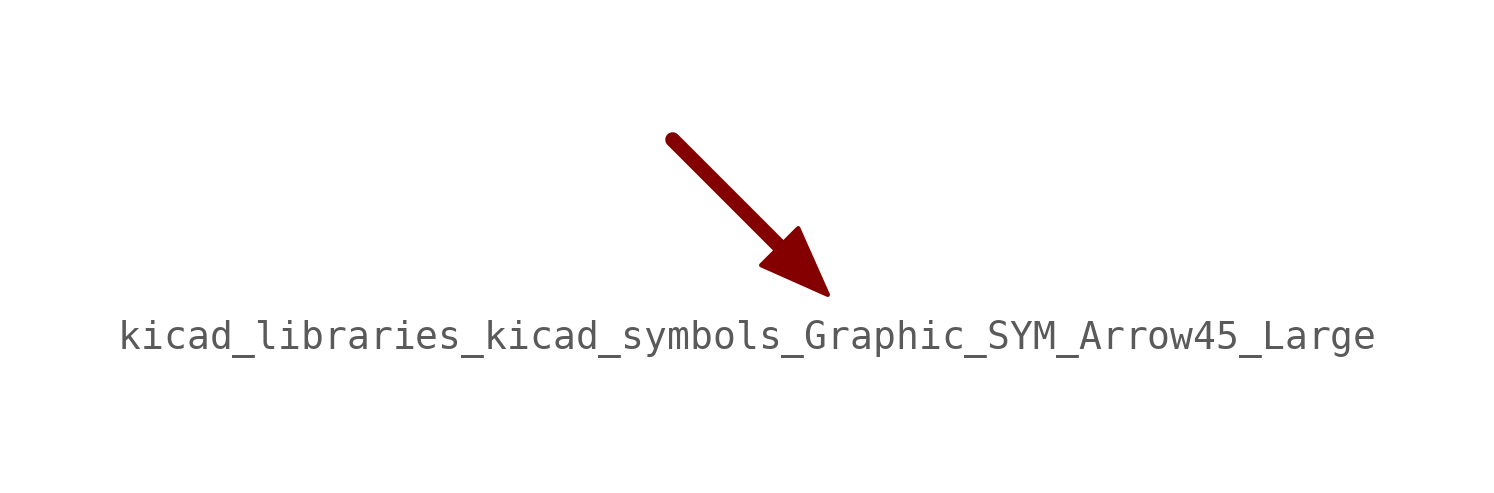
<source format=kicad_sym>
(kicad_symbol_lib
  (version 20220914)
  (generator kicad_symbol_editor)
  (symbol "kicad_libraries_kicad_symbols_Graphic_SYM_Arrow45_Large"
    (property "Reference" "#SYM"
      (at 0 4.064 0)
      (effects (font (size 1.27 1.27)) hide))
    (symbol "kicad_libraries_kicad_symbols_Graphic_SYM_Arrow45_Large_0_1"
      (polyline (pts (xy -2.54 2.54) (xy 2.286 -2.286)) (stroke (width 0.508) (type default)) (fill (type none)))
      (polyline (pts (xy 2.794 -2.794) (xy 0.508 -1.778) (xy 1.778 -0.508) (xy 2.794 -2.794)) (stroke (width 0) (type default)) (fill (type outline))))))
</source>
